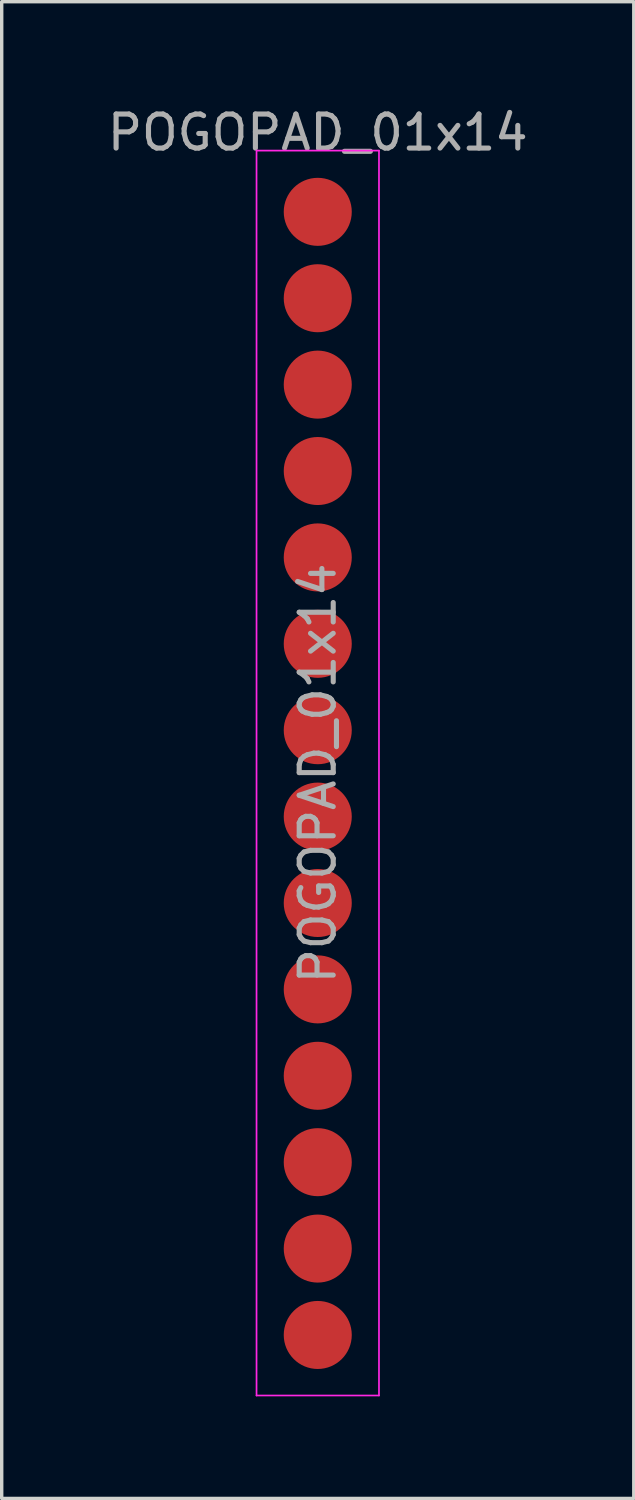
<source format=kicad_pcb>
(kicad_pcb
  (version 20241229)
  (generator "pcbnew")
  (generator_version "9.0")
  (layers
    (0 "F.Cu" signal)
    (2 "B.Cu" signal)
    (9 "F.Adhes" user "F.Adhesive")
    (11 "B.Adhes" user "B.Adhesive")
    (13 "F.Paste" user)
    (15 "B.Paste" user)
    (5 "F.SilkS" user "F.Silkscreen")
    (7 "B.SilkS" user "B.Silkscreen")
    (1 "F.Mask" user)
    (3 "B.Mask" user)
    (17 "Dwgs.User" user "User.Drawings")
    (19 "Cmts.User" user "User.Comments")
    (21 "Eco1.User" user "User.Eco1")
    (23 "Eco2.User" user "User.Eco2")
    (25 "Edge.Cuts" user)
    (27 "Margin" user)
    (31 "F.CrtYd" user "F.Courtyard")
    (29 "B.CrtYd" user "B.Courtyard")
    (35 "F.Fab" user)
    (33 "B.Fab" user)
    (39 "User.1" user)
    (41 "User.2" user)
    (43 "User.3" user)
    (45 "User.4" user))
  (footprint "POGOPAD_01x14"
    (layer "F.Cu")
    (at 6.292 3.178)
    (property "Reference" "POGOPAD_01x14" (at 0 -2.33 180) (layer "F.Fab") (effects (font (size 1 1) (thickness 0.15))))
    (attr through_hole)
    (fp_line (start -1.8 -1.8) (end -1.8 34.8) (stroke (width 0.05) (type solid)) (layer "F.CrtYd"))
    (fp_line (start -1.8 34.8) (end 1.8 34.8) (stroke (width 0.05) (type solid)) (layer "F.CrtYd"))
    (fp_line (start 1.8 -1.8) (end -1.8 -1.8) (stroke (width 0.05) (type solid)) (layer "F.CrtYd"))
    (fp_line (start 1.8 34.8) (end 1.8 -1.8) (stroke (width 0.05) (type solid)) (layer "F.CrtYd"))
    (fp_text user "${REFERENCE}" (at 0 16.51 270) (layer "F.Fab") (effects (font (size 1 1) (thickness 0.15))))
    (pad "1" smd circle (at 0 0) (size 2 2) (layers "F.Cu" "F.Mask" "F.Paste"))
    (pad "2" smd circle (at 0 2.54) (size 2 2) (layers "F.Cu" "F.Mask" "F.Paste"))
    (pad "3" smd circle (at 0 5.08) (size 2 2) (layers "F.Cu" "F.Mask" "F.Paste"))
    (pad "4" smd circle (at 0 7.62) (size 2 2) (layers "F.Cu" "F.Mask" "F.Paste"))
    (pad "5" smd circle (at 0 10.16) (size 2 2) (layers "F.Cu" "F.Mask" "F.Paste"))
    (pad "6" smd circle (at 0 12.7) (size 2 2) (layers "F.Cu" "F.Mask" "F.Paste"))
    (pad "7" smd circle (at 0 15.24) (size 2 2) (layers "F.Cu" "F.Mask" "F.Paste"))
    (pad "8" smd circle (at 0 17.78) (size 2 2) (layers "F.Cu" "F.Mask" "F.Paste"))
    (pad "9" smd circle (at 0 20.32) (size 2 2) (layers "F.Cu" "F.Mask" "F.Paste"))
    (pad "10" smd circle (at 0 22.86) (size 2 2) (layers "F.Cu" "F.Mask" "F.Paste"))
    (pad "11" smd circle (at 0 25.4) (size 2 2) (layers "F.Cu" "F.Mask" "F.Paste"))
    (pad "12" smd circle (at 0 27.94) (size 2 2) (layers "F.Cu" "F.Mask" "F.Paste"))
    (pad "13" smd circle (at 0 30.48) (size 2 2) (layers "F.Cu" "F.Mask" "F.Paste"))
    (pad "14" smd circle (at 0 33.02) (size 2 2) (layers "F.Cu" "F.Mask" "F.Paste")))
  (gr_rect
    (start -3 -3)
    (end 15.583 41.003)
    (stroke (width 0.1) (type default))
    (fill no)
    (layer "Edge.Cuts")))
</source>
